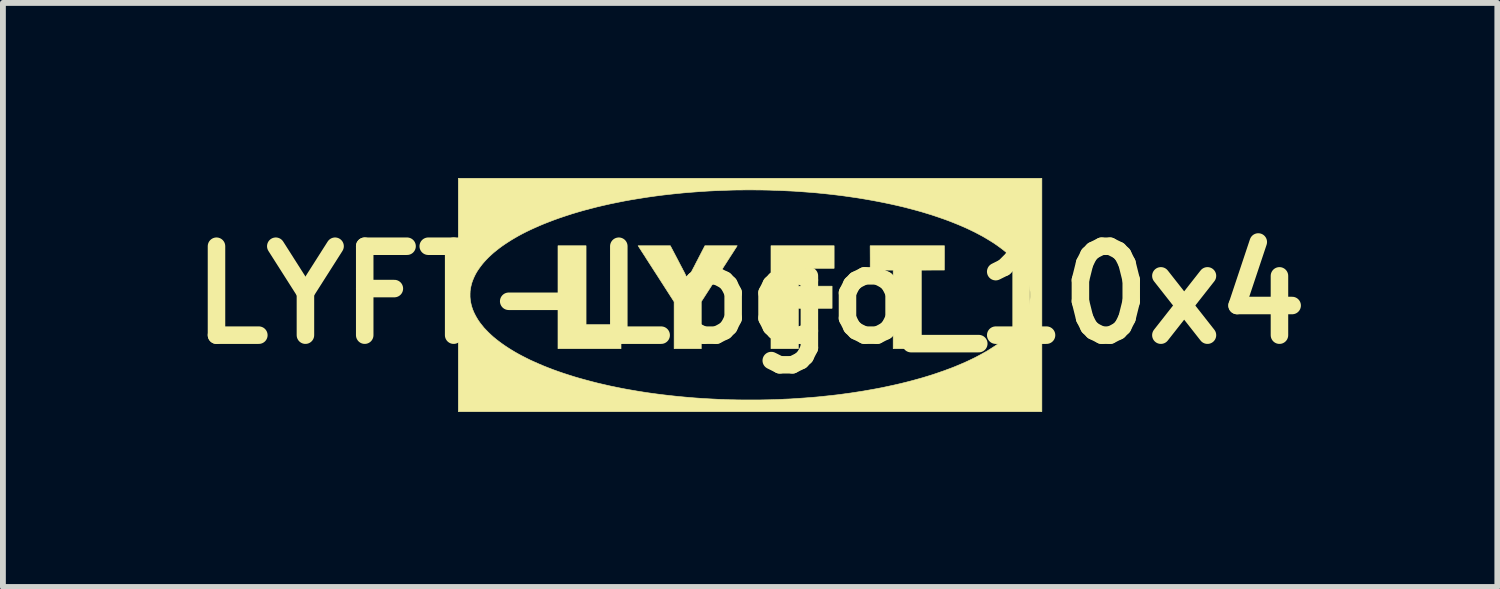
<source format=kicad_pcb>
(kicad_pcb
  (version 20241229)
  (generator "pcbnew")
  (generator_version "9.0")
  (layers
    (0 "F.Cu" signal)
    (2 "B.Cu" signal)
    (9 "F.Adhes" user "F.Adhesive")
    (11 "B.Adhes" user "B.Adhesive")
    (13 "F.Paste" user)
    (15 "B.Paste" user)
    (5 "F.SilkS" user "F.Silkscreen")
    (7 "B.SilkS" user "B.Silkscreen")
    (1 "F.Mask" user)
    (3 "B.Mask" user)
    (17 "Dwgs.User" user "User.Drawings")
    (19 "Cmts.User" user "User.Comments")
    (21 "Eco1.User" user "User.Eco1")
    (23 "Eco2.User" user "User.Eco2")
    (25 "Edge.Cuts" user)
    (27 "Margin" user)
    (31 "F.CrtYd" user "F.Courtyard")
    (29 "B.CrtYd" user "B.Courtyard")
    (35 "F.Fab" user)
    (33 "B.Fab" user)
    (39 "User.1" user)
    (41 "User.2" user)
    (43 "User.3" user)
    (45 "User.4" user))
  (footprint "LYFT-Logo_10x4"
    (layer "F.Cu")
    (at 9.804 2.004)
    (property "Reference" "LYFT-Logo_10x4" (at 0 0 0) (layer "F.SilkS") (effects (font (size 1.524 1.524) (thickness 0.3))))
    (attr through_hole)
    (fp_poly (pts (xy -2.811 0.509) (xy -2.212 0.509) (xy -2.212 0.922) (xy -3.292 0.922) (xy -3.292 -0.843) (xy -2.811 -0.843) (xy -2.811 0.509)) (stroke (width 0.01) (type solid)) (fill yes) (layer "F.SilkS"))
    (fp_poly (pts (xy 1.44 -0.456) (xy 0.827 -0.456) (xy 0.827 -0.15) (xy 1.405 -0.15) (xy 1.405 0.229) (xy 0.827 0.229) (xy 0.827 0.922) (xy 0.358 0.922) (xy 0.358 -0.843) (xy 1.44 -0.843) (xy 1.44 -0.456)) (stroke (width 0.01) (type solid)) (fill yes) (layer "F.SilkS"))
    (fp_poly (pts (xy 3.33 -0.635) (xy 3.329 -0.426) (xy 3.132 -0.426) (xy 2.934 -0.425) (xy 2.934 0.922) (xy 2.452 0.922) (xy 2.452 -0.425) (xy 2.255 -0.426) (xy 2.058 -0.426) (xy 2.058 -0.635) (xy 2.057 -0.843) (xy 3.33 -0.843) (xy 3.33 -0.635)) (stroke (width 0.01) (type solid)) (fill yes) (layer "F.SilkS"))
    (fp_poly (pts (xy -1.244 -0.609) (xy -1.232 -0.586) (xy -1.221 -0.564) (xy -1.209 -0.542) (xy -1.198 -0.52) (xy -1.187 -0.5) (xy -1.177 -0.48) (xy -1.167 -0.462) (xy -1.158 -0.445) (xy -1.15 -0.428) (xy -1.142 -0.414) (xy -1.135 -0.401) (xy -1.129 -0.389) (xy -1.124 -0.379) (xy -1.12 -0.371) (xy -1.117 -0.365) (xy -1.115 -0.361) (xy -1.114 -0.359) (xy -1.101 -0.331) (xy -1.089 -0.301) (xy -1.079 -0.272) (xy -1.075 -0.258) (xy -1.073 -0.252) (xy -1.072 -0.247) (xy -1.071 -0.243) (xy -1.07 -0.242) (xy -1.07 -0.242) (xy -1.07 -0.243) (xy -1.069 -0.245) (xy -1.068 -0.249) (xy -1.064 -0.266) (xy -1.058 -0.284) (xy -1.05 -0.304) (xy -1.041 -0.325) (xy -1.03 -0.348) (xy -1.019 -0.37) (xy -1.017 -0.374) (xy -1.014 -0.38) (xy -1.01 -0.388) (xy -1.005 -0.397) (xy -0.999 -0.409) (xy -0.992 -0.422) (xy -0.984 -0.437) (xy -0.976 -0.453) (xy -0.967 -0.47) (xy -0.957 -0.488) (xy -0.947 -0.508) (xy -0.937 -0.528) (xy -0.926 -0.549) (xy -0.915 -0.571) (xy -0.903 -0.593) (xy -0.891 -0.616) (xy -0.89 -0.619) (xy -0.774 -0.843) (xy -0.497 -0.843) (xy -0.471 -0.843) (xy -0.446 -0.843) (xy -0.421 -0.843) (xy -0.397 -0.843) (xy -0.374 -0.843) (xy -0.352 -0.843) (xy -0.332 -0.843) (xy -0.312 -0.843) (xy -0.295 -0.843) (xy -0.279 -0.843) (xy -0.264 -0.843) (xy -0.252 -0.843) (xy -0.241 -0.843) (xy -0.233 -0.843) (xy -0.227 -0.843) (xy -0.223 -0.843) (xy -0.221 -0.843) (xy -0.221 -0.843) (xy -0.222 -0.842) (xy -0.224 -0.838) (xy -0.227 -0.833) (xy -0.232 -0.826) (xy -0.237 -0.817) (xy -0.244 -0.806) (xy -0.252 -0.794) (xy -0.261 -0.78) (xy -0.271 -0.764) (xy -0.282 -0.747) (xy -0.294 -0.728) (xy -0.307 -0.708) (xy -0.321 -0.686) (xy -0.336 -0.664) (xy -0.351 -0.64) (xy -0.367 -0.615) (xy -0.384 -0.589) (xy -0.401 -0.562) (xy -0.419 -0.534) (xy -0.438 -0.505) (xy -0.457 -0.475) (xy -0.476 -0.445) (xy -0.496 -0.414) (xy -0.517 -0.382) (xy -0.529 -0.363) (xy -0.837 0.116) (xy -0.837 0.922) (xy -1.302 0.922) (xy -1.302 0.117) (xy -1.608 -0.36) (xy -1.629 -0.392) (xy -1.649 -0.423) (xy -1.669 -0.454) (xy -1.688 -0.484) (xy -1.707 -0.513) (xy -1.725 -0.541) (xy -1.743 -0.569) (xy -1.76 -0.596) (xy -1.777 -0.621) (xy -1.792 -0.646) (xy -1.807 -0.67) (xy -1.822 -0.692) (xy -1.835 -0.713) (xy -1.848 -0.732) (xy -1.86 -0.751) (xy -1.87 -0.767) (xy -1.88 -0.782) (xy -1.889 -0.796) (xy -1.896 -0.808) (xy -1.903 -0.818) (xy -1.908 -0.826) (xy -1.912 -0.833) (xy -1.915 -0.837) (xy -1.917 -0.839) (xy -1.917 -0.84) (xy -1.919 -0.843) (xy -1.367 -0.843) (xy -1.244 -0.609)) (stroke (width 0.01) (type solid)) (fill yes) (layer "F.SilkS"))
    (fp_poly (pts (xy 5 2) (xy -5 2) (xy -5 0.006) (xy -4.799 0.006) (xy -4.799 0.021) (xy -4.799 0.034) (xy -4.798 0.045) (xy -4.798 0.047) (xy -4.794 0.089) (xy -4.787 0.13) (xy -4.778 0.172) (xy -4.766 0.213) (xy -4.752 0.254) (xy -4.735 0.295) (xy -4.715 0.336) (xy -4.693 0.377) (xy -4.669 0.417) (xy -4.654 0.441) (xy -4.625 0.482) (xy -4.593 0.522) (xy -4.56 0.563) (xy -4.523 0.602) (xy -4.484 0.642) (xy -4.443 0.681) (xy -4.4 0.72) (xy -4.354 0.758) (xy -4.305 0.796) (xy -4.255 0.833) (xy -4.202 0.87) (xy -4.146 0.907) (xy -4.089 0.943) (xy -4.029 0.979) (xy -3.967 1.014) (xy -3.903 1.048) (xy -3.836 1.082) (xy -3.768 1.116) (xy -3.706 1.144) (xy -3.627 1.179) (xy -3.545 1.214) (xy -3.46 1.248) (xy -3.374 1.281) (xy -3.285 1.313) (xy -3.194 1.344) (xy -3.101 1.374) (xy -3.006 1.404) (xy -2.91 1.432) (xy -2.811 1.459) (xy -2.71 1.486) (xy -2.608 1.512) (xy -2.504 1.536) (xy -2.399 1.56) (xy -2.292 1.582) (xy -2.184 1.604) (xy -2.074 1.624) (xy -1.963 1.643) (xy -1.923 1.65) (xy -1.907 1.652) (xy -1.893 1.655) (xy -1.881 1.657) (xy -1.87 1.658) (xy -1.861 1.66) (xy -1.852 1.661) (xy -1.844 1.662) (xy -1.837 1.664) (xy -1.829 1.665) (xy -1.821 1.666) (xy -1.812 1.667) (xy -1.802 1.669) (xy -1.791 1.671) (xy -1.656 1.69) (xy -1.519 1.708) (xy -1.381 1.724) (xy -1.241 1.739) (xy -1.101 1.752) (xy -0.96 1.764) (xy -0.819 1.774) (xy -0.678 1.782) (xy -0.538 1.789) (xy -0.498 1.791) (xy -0.488 1.791) (xy -0.478 1.791) (xy -0.468 1.792) (xy -0.459 1.792) (xy -0.452 1.792) (xy -0.448 1.793) (xy -0.419 1.794) (xy -0.388 1.795) (xy -0.356 1.796) (xy -0.321 1.797) (xy -0.285 1.797) (xy -0.248 1.798) (xy -0.21 1.799) (xy -0.171 1.799) (xy -0.132 1.8) (xy -0.092 1.8) (xy -0.053 1.8) (xy -0.014 1.8) (xy 0.024 1.8) (xy 0.061 1.8) (xy 0.097 1.8) (xy 0.132 1.8) (xy 0.145 1.8) (xy 0.2 1.799) (xy 0.253 1.798) (xy 0.304 1.797) (xy 0.354 1.796) (xy 0.403 1.794) (xy 0.452 1.793) (xy 0.5 1.791) (xy 0.549 1.789) (xy 0.577 1.787) (xy 0.697 1.782) (xy 0.815 1.774) (xy 0.933 1.766) (xy 1.05 1.757) (xy 1.166 1.747) (xy 1.281 1.735) (xy 1.395 1.723) (xy 1.508 1.71) (xy 1.62 1.695) (xy 1.73 1.68) (xy 1.84 1.663) (xy 1.948 1.646) (xy 2.055 1.627) (xy 2.161 1.608) (xy 2.265 1.588) (xy 2.368 1.566) (xy 2.47 1.544) (xy 2.57 1.521) (xy 2.668 1.497) (xy 2.765 1.472) (xy 2.86 1.446) (xy 2.953 1.42) (xy 3.045 1.392) (xy 3.135 1.364) (xy 3.223 1.334) (xy 3.31 1.304) (xy 3.394 1.273) (xy 3.477 1.242) (xy 3.557 1.209) (xy 3.635 1.176) (xy 3.712 1.142) (xy 3.786 1.107) (xy 3.858 1.072) (xy 3.928 1.035) (xy 3.995 0.998) (xy 4.061 0.961) (xy 4.123 0.922) (xy 4.184 0.883) (xy 4.189 0.88) (xy 4.241 0.844) (xy 4.291 0.807) (xy 4.339 0.77) (xy 4.385 0.733) (xy 4.428 0.695) (xy 4.47 0.657) (xy 4.509 0.618) (xy 4.545 0.579) (xy 4.579 0.54) (xy 4.611 0.501) (xy 4.64 0.461) (xy 4.655 0.441) (xy 4.68 0.4) (xy 4.704 0.36) (xy 4.725 0.319) (xy 4.743 0.278) (xy 4.759 0.237) (xy 4.772 0.196) (xy 4.783 0.155) (xy 4.791 0.114) (xy 4.797 0.073) (xy 4.8 0.032) (xy 4.8 -0.01) (xy 4.799 -0.051) (xy 4.794 -0.092) (xy 4.787 -0.133) (xy 4.778 -0.175) (xy 4.766 -0.216) (xy 4.751 -0.257) (xy 4.749 -0.262) (xy 4.732 -0.302) (xy 4.713 -0.341) (xy 4.692 -0.381) (xy 4.668 -0.42) (xy 4.641 -0.46) (xy 4.612 -0.499) (xy 4.58 -0.538) (xy 4.549 -0.575) (xy 4.542 -0.582) (xy 4.534 -0.591) (xy 4.525 -0.601) (xy 4.515 -0.611) (xy 4.504 -0.622) (xy 4.492 -0.634) (xy 4.48 -0.645) (xy 4.469 -0.657) (xy 4.458 -0.667) (xy 4.447 -0.677) (xy 4.438 -0.686) (xy 4.43 -0.693) (xy 4.428 -0.695) (xy 4.381 -0.736) (xy 4.332 -0.776) (xy 4.28 -0.815) (xy 4.226 -0.854) (xy 4.17 -0.892) (xy 4.111 -0.929) (xy 4.05 -0.966) (xy 3.987 -1.003) (xy 3.921 -1.038) (xy 3.853 -1.074) (xy 3.783 -1.108) (xy 3.709 -1.143) (xy 3.664 -1.163) (xy 3.58 -1.199) (xy 3.494 -1.234) (xy 3.405 -1.269) (xy 3.315 -1.302) (xy 3.222 -1.334) (xy 3.127 -1.366) (xy 3.03 -1.396) (xy 2.931 -1.426) (xy 2.83 -1.454) (xy 2.728 -1.481) (xy 2.623 -1.508) (xy 2.517 -1.533) (xy 2.409 -1.557) (xy 2.3 -1.58) (xy 2.189 -1.602) (xy 2.076 -1.623) (xy 1.962 -1.643) (xy 1.847 -1.662) (xy 1.73 -1.679) (xy 1.612 -1.696) (xy 1.493 -1.711) (xy 1.373 -1.725) (xy 1.251 -1.738) (xy 1.129 -1.75) (xy 1.005 -1.76) (xy 0.881 -1.769) (xy 0.756 -1.778) (xy 0.63 -1.784) (xy 0.503 -1.79) (xy 0.376 -1.794) (xy 0.328 -1.796) (xy 0.274 -1.797) (xy 0.219 -1.798) (xy 0.163 -1.799) (xy 0.105 -1.799) (xy 0.046 -1.8) (xy -0.012 -1.8) (xy -0.071 -1.8) (xy -0.128 -1.799) (xy -0.185 -1.798) (xy -0.241 -1.798) (xy -0.294 -1.797) (xy -0.326 -1.796) (xy -0.463 -1.791) (xy -0.6 -1.786) (xy -0.735 -1.779) (xy -0.87 -1.77) (xy -1.004 -1.76) (xy -1.136 -1.749) (xy -1.268 -1.736) (xy -1.398 -1.722) (xy -1.527 -1.707) (xy -1.654 -1.69) (xy -1.78 -1.672) (xy -1.905 -1.652) (xy -2.028 -1.632) (xy -2.15 -1.61) (xy -2.27 -1.586) (xy -2.388 -1.562) (xy -2.504 -1.536) (xy -2.619 -1.509) (xy -2.731 -1.48) (xy -2.842 -1.451) (xy -2.95 -1.42) (xy -3.057 -1.388) (xy -3.161 -1.354) (xy -3.185 -1.346) (xy -3.274 -1.316) (xy -3.36 -1.285) (xy -3.444 -1.253) (xy -3.526 -1.221) (xy -3.605 -1.188) (xy -3.682 -1.154) (xy -3.757 -1.12) (xy -3.83 -1.085) (xy -3.901 -1.049) (xy -3.968 -1.013) (xy -4.029 -0.978) (xy -4.088 -0.943) (xy -4.145 -0.907) (xy -4.2 -0.871) (xy -4.252 -0.835) (xy -4.302 -0.798) (xy -4.35 -0.76) (xy -4.396 -0.723) (xy -4.439 -0.684) (xy -4.48 -0.646) (xy -4.518 -0.607) (xy -4.554 -0.568) (xy -4.588 -0.528) (xy -4.619 -0.488) (xy -4.648 -0.448) (xy -4.675 -0.408) (xy -4.699 -0.367) (xy -4.717 -0.332) (xy -4.735 -0.294) (xy -4.75 -0.257) (xy -4.764 -0.22) (xy -4.775 -0.183) (xy -4.784 -0.145) (xy -4.791 -0.107) (xy -4.796 -0.075) (xy -4.797 -0.064) (xy -4.798 -0.052) (xy -4.798 -0.038) (xy -4.799 -0.024) (xy -4.799 -0.009) (xy -4.799 0.006) (xy -5 0.006) (xy -5 -1.999) (xy 5 -1.999) (xy 5 2)) (stroke (width 0.01) (type solid)) (fill yes) (layer "F.SilkS")))
  (gr_rect
    (start -3 -3)
    (end 22.609 7.009)
    (stroke (width 0.1) (type default))
    (fill no)
    (layer "Edge.Cuts")))
</source>
